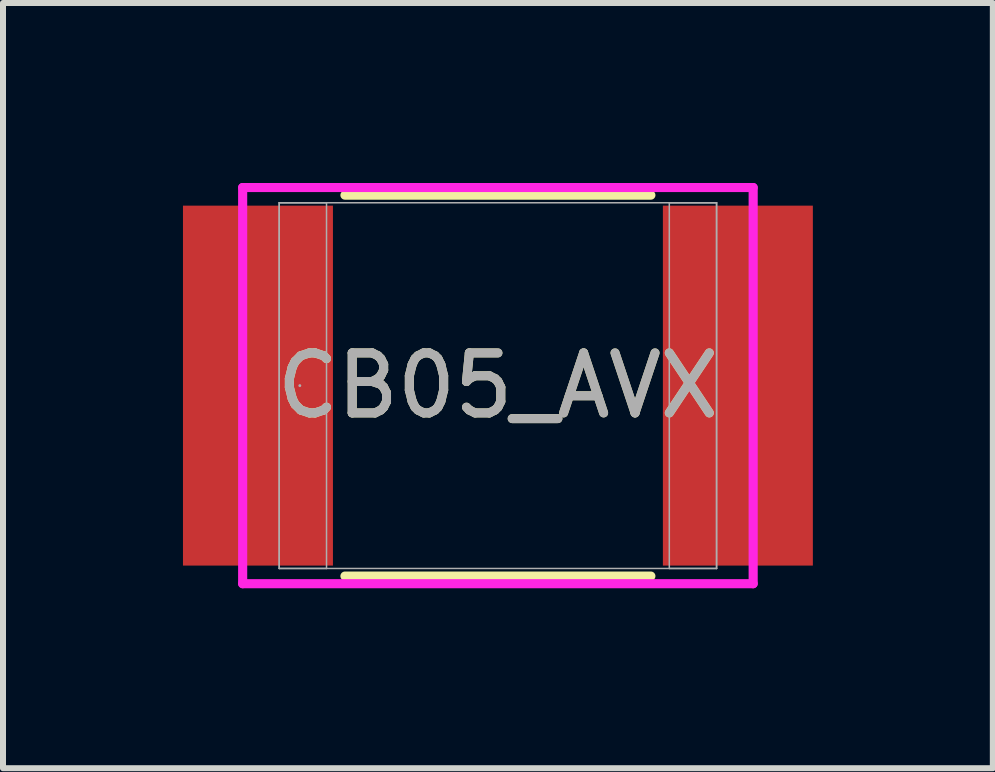
<source format=kicad_pcb>
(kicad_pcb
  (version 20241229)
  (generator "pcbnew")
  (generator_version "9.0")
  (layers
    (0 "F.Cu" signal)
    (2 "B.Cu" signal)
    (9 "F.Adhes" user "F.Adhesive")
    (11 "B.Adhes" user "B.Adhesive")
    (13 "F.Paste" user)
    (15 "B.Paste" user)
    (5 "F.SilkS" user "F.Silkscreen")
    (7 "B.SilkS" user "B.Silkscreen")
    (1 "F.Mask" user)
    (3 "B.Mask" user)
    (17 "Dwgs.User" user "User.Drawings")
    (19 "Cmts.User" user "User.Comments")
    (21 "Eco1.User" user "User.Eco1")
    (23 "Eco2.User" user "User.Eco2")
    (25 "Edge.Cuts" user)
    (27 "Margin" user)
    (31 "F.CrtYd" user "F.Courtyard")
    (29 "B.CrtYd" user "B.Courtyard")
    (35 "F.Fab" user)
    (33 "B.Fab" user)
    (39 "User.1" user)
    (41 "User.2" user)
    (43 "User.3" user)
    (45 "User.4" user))
  (footprint "CB05_AVX"
    (layer "F.Cu")
    (at 5.25 3.378)
    (property "Reference" "CB05_AVX" (at 0 0 0) (unlocked yes) (layer "F.SilkS") (effects (font (size 1 1) (thickness 0.15))))
    (attr smd)
    (fp_line (start -2.55 3.175) (end 2.55 3.175) (stroke (width 0.152) (type solid)) (layer "F.SilkS"))
    (fp_line (start 2.55 -3.175) (end -2.55 -3.175) (stroke (width 0.152) (type solid)) (layer "F.SilkS"))
    (fp_line (start -4.255 -3.302) (end 4.255 -3.302) (stroke (width 0.152) (type solid)) (layer "F.CrtYd"))
    (fp_line (start -4.255 3.302) (end -4.255 -3.302) (stroke (width 0.152) (type solid)) (layer "F.CrtYd"))
    (fp_line (start 4.255 -3.302) (end 4.255 3.302) (stroke (width 0.152) (type solid)) (layer "F.CrtYd"))
    (fp_line (start 4.255 3.302) (end -4.255 3.302) (stroke (width 0.152) (type solid)) (layer "F.CrtYd"))
    (fp_line (start -3.645 -3.048) (end -3.645 3.048) (stroke (width 0.025) (type solid)) (layer "F.Fab"))
    (fp_line (start -3.645 -3.048) (end -3.645 3.048) (stroke (width 0.025) (type solid)) (layer "F.Fab"))
    (fp_line (start -3.645 3.048) (end -2.857 3.048) (stroke (width 0.025) (type solid)) (layer "F.Fab"))
    (fp_line (start -3.645 3.048) (end 3.645 3.048) (stroke (width 0.025) (type solid)) (layer "F.Fab"))
    (fp_line (start -2.857 -3.048) (end -3.645 -3.048) (stroke (width 0.025) (type solid)) (layer "F.Fab"))
    (fp_line (start -2.857 3.048) (end -2.857 -3.048) (stroke (width 0.025) (type solid)) (layer "F.Fab"))
    (fp_line (start 2.857 -3.048) (end 2.857 3.048) (stroke (width 0.025) (type solid)) (layer "F.Fab"))
    (fp_line (start 2.857 3.048) (end 3.645 3.048) (stroke (width 0.025) (type solid)) (layer "F.Fab"))
    (fp_line (start 3.645 -3.048) (end -3.645 -3.048) (stroke (width 0.025) (type solid)) (layer "F.Fab"))
    (fp_line (start 3.645 -3.048) (end 2.857 -3.048) (stroke (width 0.025) (type solid)) (layer "F.Fab"))
    (fp_line (start 3.645 3.048) (end 3.645 -3.048) (stroke (width 0.025) (type solid)) (layer "F.Fab"))
    (fp_line (start 3.645 3.048) (end 3.645 -3.048) (stroke (width 0.025) (type solid)) (layer "F.Fab"))
    (fp_circle (center -3.302 0) (end -3.302 0) (stroke (width 0.025) (type solid)) (fill no) (layer "F.Fab"))
    (fp_text user "${REFERENCE}" (at 0 0 0) (unlocked yes) (layer "F.Fab") (effects (font (size 1 1) (thickness 0.15))))
    (pad "1" smd rect (at -4 0) (size 2.5 6) (layers "F.Cu" "F.Mask" "F.Paste"))
    (pad "2" smd rect (at 4 0) (size 2.5 6) (layers "F.Cu" "F.Mask" "F.Paste"))
    (zone (net_name "") (layer "F.Cu") (hatch full 0.508) (connect_pads) (min_thickness 0.254) (filled_areas_thickness no) (keepout (tracks not_allowed) (vias not_allowed) (pads allowed) (copperpour not_allowed) (footprints allowed)) (placement (enabled no)) (fill) (polygon (pts (xy 2.443 0.381) (xy 8.057 0.381) (xy 8.057 6.375) (xy 2.443 6.375)))))
  (gr_rect
    (start -3 -3)
    (end 13.5 9.756)
    (stroke (width 0.1) (type default))
    (fill no)
    (layer "Edge.Cuts")))
</source>
